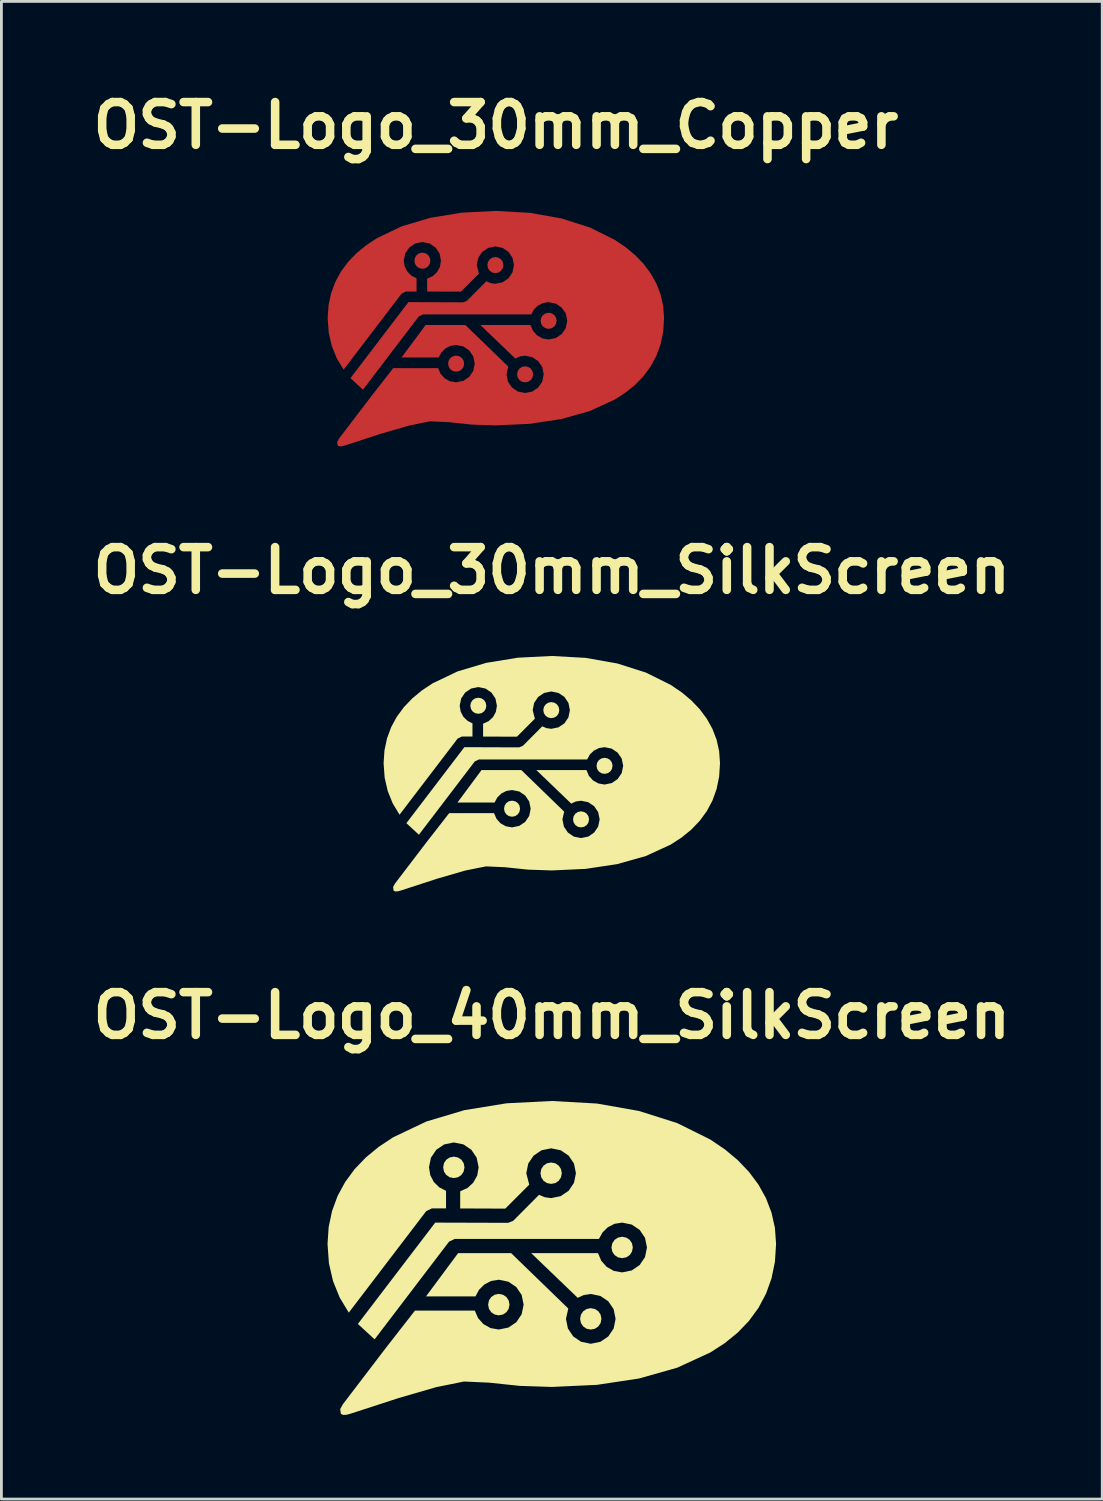
<source format=kicad_pcb>
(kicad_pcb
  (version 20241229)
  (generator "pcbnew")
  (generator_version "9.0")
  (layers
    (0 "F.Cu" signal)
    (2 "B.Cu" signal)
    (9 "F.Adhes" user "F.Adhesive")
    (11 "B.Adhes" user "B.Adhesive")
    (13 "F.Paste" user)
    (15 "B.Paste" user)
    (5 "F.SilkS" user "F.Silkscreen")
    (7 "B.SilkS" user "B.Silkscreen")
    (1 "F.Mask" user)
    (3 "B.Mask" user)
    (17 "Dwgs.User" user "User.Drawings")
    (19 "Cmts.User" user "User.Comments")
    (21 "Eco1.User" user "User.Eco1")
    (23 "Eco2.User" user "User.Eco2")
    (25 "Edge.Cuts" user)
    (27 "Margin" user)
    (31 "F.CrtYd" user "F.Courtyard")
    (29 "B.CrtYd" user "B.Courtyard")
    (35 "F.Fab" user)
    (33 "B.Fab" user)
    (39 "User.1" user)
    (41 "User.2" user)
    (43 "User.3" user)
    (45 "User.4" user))
  (footprint "OST-Logo_40mm_SilkScreen"
    (layer "F.Cu")
    (at 16.633 41.823)
    (property "Reference" "OST-Logo_40mm_SilkScreen" (at 0 -8.648 0) (layer "F.SilkS") (effects (font (size 1.524 1.524) (thickness 0.305))))
    (attr exclude_from_pos_files exclude_from_bom)
    (fp_poly (pts (xy -3.495 -3.615) (xy -3.644 -3.585) (xy -3.765 -3.504) (xy -3.846 -3.383) (xy -3.875 -3.233) (xy -3.846 -3.083) (xy -3.765 -2.962) (xy -3.644 -2.88) (xy -3.495 -2.851) (xy -3.345 -2.88) (xy -3.225 -2.962) (xy -3.144 -3.083) (xy -3.114 -3.233) (xy -3.144 -3.383) (xy -3.225 -3.504) (xy -3.345 -3.585) (xy -3.495 -3.615)) (stroke (width 0) (type solid)) (fill yes) (layer "F.SilkS"))
    (fp_poly (pts (xy -1.891 1.281) (xy -2.04 1.311) (xy -2.161 1.392) (xy -2.242 1.514) (xy -2.271 1.664) (xy -2.242 1.814) (xy -2.161 1.935) (xy -2.04 2.016) (xy -1.891 2.046) (xy -1.741 2.016) (xy -1.62 1.935) (xy -1.539 1.814) (xy -1.509 1.664) (xy -1.539 1.514) (xy -1.62 1.392) (xy -1.741 1.311) (xy -1.891 1.281)) (stroke (width 0) (type solid)) (fill yes) (layer "F.SilkS"))
    (fp_poly (pts (xy -0.024 -3.406) (xy -0.173 -3.377) (xy -0.294 -3.295) (xy -0.375 -3.174) (xy -0.404 -3.024) (xy -0.375 -2.875) (xy -0.294 -2.754) (xy -0.173 -2.672) (xy -0.024 -2.643) (xy 0.126 -2.672) (xy 0.246 -2.754) (xy 0.327 -2.875) (xy 0.357 -3.024) (xy 0.327 -3.174) (xy 0.246 -3.295) (xy 0.126 -3.377) (xy -0.024 -3.406)) (stroke (width 0) (type solid)) (fill yes) (layer "F.SilkS"))
    (fp_poly (pts (xy 1.39 1.79) (xy 1.24 1.82) (xy 1.12 1.901) (xy 1.039 2.022) (xy 1.01 2.172) (xy 1.039 2.321) (xy 1.12 2.442) (xy 1.24 2.523) (xy 1.39 2.553) (xy 1.539 2.523) (xy 1.66 2.442) (xy 1.741 2.321) (xy 1.77 2.172) (xy 1.741 2.022) (xy 1.66 1.901) (xy 1.539 1.82) (xy 1.39 1.79)) (stroke (width 0) (type solid)) (fill yes) (layer "F.SilkS"))
    (fp_poly (pts (xy 2.509 -0.757) (xy 2.359 -0.727) (xy 2.239 -0.646) (xy 2.158 -0.525) (xy 2.128 -0.375) (xy 2.158 -0.225) (xy 2.239 -0.104) (xy 2.359 -0.023) (xy 2.509 0.006) (xy 2.658 -0.023) (xy 2.779 -0.104) (xy 2.86 -0.225) (xy 2.889 -0.375) (xy 2.86 -0.525) (xy 2.779 -0.646) (xy 2.658 -0.727) (xy 2.509 -0.757)) (stroke (width 0) (type solid)) (fill yes) (layer "F.SilkS"))
    (fp_poly (pts (xy -0.000128 -5.6) (xy -1.612 -5.518) (xy -3.114 -5.274) (xy -4.473 -4.869) (xy -5.657 -4.306) (xy -6.173 -3.965) (xy -6.634 -3.585) (xy -7.035 -3.167) (xy -7.371 -2.709) (xy -7.64 -2.214) (xy -7.837 -1.68) (xy -7.959 -1.109) (xy -8 -0.5) (xy -7.95 0.19) (xy -7.803 0.827) (xy -7.565 1.413) (xy -7.242 1.949) (xy -4.479 -1.672) (xy -4.28 -1.768) (xy -3.773 -1.768) (xy -3.773 -2.394) (xy -4.016 -2.521) (xy -4.209 -2.712) (xy -4.335 -2.955) (xy -4.381 -3.233) (xy -4.311 -3.578) (xy -4.12 -3.86) (xy -3.838 -4.051) (xy -3.495 -4.121) (xy -3.151 -4.051) (xy -2.87 -3.86) (xy -2.68 -3.578) (xy -2.61 -3.233) (xy -2.66 -2.942) (xy -2.798 -2.691) (xy -3.006 -2.497) (xy -3.268 -2.378) (xy -3.268 -1.767) (xy -1.659 -1.761) (xy -0.805 -2.616) (xy -0.91 -3.024) (xy -0.84 -3.369) (xy -0.649 -3.651) (xy -0.367 -3.842) (xy -0.024 -3.912) (xy 0.319 -3.842) (xy 0.601 -3.651) (xy 0.791 -3.369) (xy 0.861 -3.024) (xy 0.791 -2.68) (xy 0.601 -2.397) (xy 0.319 -2.206) (xy -0.024 -2.136) (xy -0.25 -2.167) (xy -0.454 -2.254) (xy -1.376 -1.327) (xy -1.555 -1.254) (xy -4.158 -1.262) (xy -6.917 2.352) (xy -6.321 2.902) (xy -3.665 -0.583) (xy -3.465 -0.679) (xy 1.681 -0.679) (xy 1.81 -0.913) (xy 1.999 -1.097) (xy 2.237 -1.219) (xy 2.509 -1.262) (xy 2.852 -1.192) (xy 3.134 -1.002) (xy 3.325 -0.719) (xy 3.395 -0.375) (xy 3.325 -0.031) (xy 3.134 0.252) (xy 2.852 0.444) (xy 2.509 0.514) (xy 2.212 0.462) (xy 1.958 0.317) (xy 1.764 0.1) (xy 1.649 -0.173) (xy -0.735 -0.173) (xy 0.924 1.421) (xy 1.143 1.321) (xy 1.39 1.284) (xy 1.733 1.354) (xy 2.015 1.545) (xy 2.206 1.827) (xy 2.276 2.172) (xy 2.206 2.516) (xy 2.015 2.799) (xy 1.733 2.99) (xy 1.39 3.06) (xy 1.047 2.99) (xy 0.765 2.799) (xy 0.575 2.516) (xy 0.505 2.172) (xy 0.588 1.803) (xy -1.45 -0.173) (xy -3.342 -0.173) (xy -4.487 1.37) (xy -2.722 1.37) (xy -2.594 1.132) (xy -2.404 0.944) (xy -2.165 0.82) (xy -1.891 0.775) (xy -1.548 0.846) (xy -1.266 1.037) (xy -1.075 1.32) (xy -1.005 1.664) (xy -1.075 2.008) (xy -1.266 2.291) (xy -1.548 2.482) (xy -1.891 2.552) (xy -2.186 2.5) (xy -2.438 2.359) (xy -2.631 2.144) (xy -2.747 1.876) (xy -4.881 1.876) (xy -5.909 3.194) (xy -7.457 5.223) (xy -7.548 5.39) (xy -7.524 5.561) (xy -7.432 5.6) (xy -7.312 5.591) (xy -7.163 5.549) (xy -5.468 4.997) (xy -4.123 4.607) (xy -3.133 4.407) (xy -2.235 4.447) (xy -1.143 4.562) (xy -0.000088 4.6) (xy 1.612 4.525) (xy 3.114 4.298) (xy 4.473 3.914) (xy 5.657 3.369) (xy 6.173 3.035) (xy 6.634 2.66) (xy 7.034 2.242) (xy 7.371 1.781) (xy 7.64 1.277) (xy 7.837 0.729) (xy 7.959 0.137) (xy 8 -0.5) (xy 7.959 -1.073) (xy 7.837 -1.618) (xy 7.64 -2.133) (xy 7.371 -2.618) (xy 7.034 -3.07) (xy 6.634 -3.489) (xy 6.173 -3.875) (xy 5.657 -4.224) (xy 4.473 -4.812) (xy 3.114 -5.243) (xy 1.612 -5.509) (xy -0.000088 -5.6) (xy -0.000128 -5.6)) (stroke (width 0) (type solid)) (fill yes) (layer "F.SilkS")))
  (footprint "OST-Logo_30mm_Copper"
    (layer "F.Cu")
    (at 14.638 8.674)
    (property "Reference" "OST-Logo_30mm_Copper" (at 0 -7.248 0) (layer "F.SilkS") (effects (font (size 1.524 1.524) (thickness 0.305))))
    (attr exclude_from_pos_files exclude_from_bom)
    (fp_poly (pts (xy -2.621 -2.711) (xy -2.733 -2.689) (xy -2.824 -2.628) (xy -2.884 -2.537) (xy -2.907 -2.425) (xy -2.884 -2.312) (xy -2.824 -2.221) (xy -2.733 -2.16) (xy -2.621 -2.138) (xy -2.509 -2.16) (xy -2.418 -2.221) (xy -2.358 -2.312) (xy -2.336 -2.425) (xy -2.358 -2.537) (xy -2.418 -2.628) (xy -2.509 -2.689) (xy -2.621 -2.711)) (stroke (width 0) (type solid)) (fill yes) (layer "F.Cu"))
    (fp_poly (pts (xy -1.418 0.961) (xy -1.53 0.983) (xy -1.621 1.044) (xy -1.681 1.135) (xy -1.704 1.248) (xy -1.681 1.36) (xy -1.621 1.451) (xy -1.53 1.512) (xy -1.418 1.534) (xy -1.306 1.512) (xy -1.215 1.451) (xy -1.154 1.36) (xy -1.132 1.248) (xy -1.154 1.135) (xy -1.215 1.044) (xy -1.306 0.983) (xy -1.418 0.961)) (stroke (width 0) (type solid)) (fill yes) (layer "F.Cu"))
    (fp_poly (pts (xy -0.018 -2.555) (xy -0.13 -2.532) (xy -0.22 -2.472) (xy -0.281 -2.381) (xy -0.303 -2.268) (xy -0.281 -2.156) (xy -0.22 -2.065) (xy -0.13 -2.004) (xy -0.018 -1.982) (xy 0.094 -2.004) (xy 0.185 -2.065) (xy 0.245 -2.156) (xy 0.267 -2.268) (xy 0.245 -2.381) (xy 0.185 -2.472) (xy 0.094 -2.532) (xy -0.018 -2.555)) (stroke (width 0) (type solid)) (fill yes) (layer "F.Cu"))
    (fp_poly (pts (xy 1.042 1.342) (xy 0.93 1.365) (xy 0.84 1.425) (xy 0.779 1.516) (xy 0.757 1.629) (xy 0.779 1.741) (xy 0.84 1.832) (xy 0.93 1.893) (xy 1.042 1.915) (xy 1.154 1.893) (xy 1.245 1.832) (xy 1.306 1.741) (xy 1.328 1.629) (xy 1.306 1.516) (xy 1.245 1.425) (xy 1.154 1.365) (xy 1.042 1.342)) (stroke (width 0) (type solid)) (fill yes) (layer "F.Cu"))
    (fp_poly (pts (xy 1.881 -0.567) (xy 1.769 -0.545) (xy 1.679 -0.485) (xy 1.618 -0.394) (xy 1.596 -0.281) (xy 1.618 -0.169) (xy 1.679 -0.078) (xy 1.769 -0.017) (xy 1.881 0.005) (xy 1.993 -0.017) (xy 2.084 -0.078) (xy 2.145 -0.169) (xy 2.167 -0.281) (xy 2.145 -0.394) (xy 2.084 -0.485) (xy 1.993 -0.545) (xy 1.881 -0.567)) (stroke (width 0) (type solid)) (fill yes) (layer "F.Cu"))
    (fp_poly (pts (xy -0.000096 -4.2) (xy -1.209 -4.139) (xy -2.336 -3.955) (xy -3.355 -3.652) (xy -4.243 -3.229) (xy -4.63 -2.974) (xy -4.975 -2.689) (xy -5.276 -2.375) (xy -5.529 -2.032) (xy -5.73 -1.661) (xy -5.878 -1.26) (xy -5.969 -0.832) (xy -6 -0.375) (xy -5.962 0.142) (xy -5.852 0.62) (xy -5.674 1.06) (xy -5.431 1.462) (xy -3.359 -1.254) (xy -3.21 -1.326) (xy -2.83 -1.326) (xy -2.83 -1.796) (xy -3.012 -1.891) (xy -3.156 -2.034) (xy -3.251 -2.216) (xy -3.286 -2.425) (xy -3.233 -2.683) (xy -3.09 -2.895) (xy -2.879 -3.038) (xy -2.621 -3.091) (xy -2.364 -3.038) (xy -2.153 -2.895) (xy -2.01 -2.683) (xy -1.958 -2.425) (xy -1.995 -2.206) (xy -2.098 -2.018) (xy -2.255 -1.873) (xy -2.451 -1.784) (xy -2.451 -1.325) (xy -1.244 -1.321) (xy -0.604 -1.962) (xy -0.682 -2.268) (xy -0.63 -2.527) (xy -0.487 -2.738) (xy -0.275 -2.881) (xy -0.018 -2.934) (xy 0.24 -2.881) (xy 0.451 -2.738) (xy 0.593 -2.527) (xy 0.646 -2.268) (xy 0.593 -2.01) (xy 0.451 -1.798) (xy 0.24 -1.655) (xy -0.018 -1.602) (xy -0.187 -1.626) (xy -0.341 -1.69) (xy -1.032 -0.995) (xy -1.166 -0.94) (xy -3.119 -0.947) (xy -5.187 1.764) (xy -4.741 2.176) (xy -2.749 -0.437) (xy -2.599 -0.509) (xy 1.261 -0.509) (xy 1.357 -0.685) (xy 1.5 -0.823) (xy 1.678 -0.914) (xy 1.881 -0.947) (xy 2.139 -0.894) (xy 2.35 -0.751) (xy 2.494 -0.54) (xy 2.546 -0.281) (xy 2.494 -0.023) (xy 2.35 0.189) (xy 2.139 0.333) (xy 1.881 0.386) (xy 1.659 0.346) (xy 1.468 0.238) (xy 1.323 0.075) (xy 1.237 -0.13) (xy -0.551 -0.13) (xy 0.693 1.066) (xy 0.858 0.99) (xy 1.042 0.963) (xy 1.3 1.016) (xy 1.511 1.159) (xy 1.654 1.37) (xy 1.707 1.629) (xy 1.654 1.887) (xy 1.511 2.099) (xy 1.3 2.243) (xy 1.042 2.295) (xy 0.785 2.243) (xy 0.574 2.099) (xy 0.431 1.887) (xy 0.379 1.629) (xy 0.441 1.352) (xy -1.087 -0.13) (xy -2.507 -0.13) (xy -3.365 1.028) (xy -2.041 1.028) (xy -1.945 0.849) (xy -1.803 0.708) (xy -1.624 0.615) (xy -1.418 0.582) (xy -1.161 0.634) (xy -0.949 0.778) (xy -0.806 0.99) (xy -0.754 1.248) (xy -0.806 1.506) (xy -0.949 1.718) (xy -1.161 1.861) (xy -1.418 1.914) (xy -1.639 1.875) (xy -1.829 1.769) (xy -1.973 1.608) (xy -2.06 1.407) (xy -3.661 1.407) (xy -4.432 2.396) (xy -5.593 3.917) (xy -5.661 4.042) (xy -5.643 4.171) (xy -5.574 4.2) (xy -5.484 4.193) (xy -5.372 4.162) (xy -4.101 3.748) (xy -3.092 3.455) (xy -2.349 3.305) (xy -1.676 3.335) (xy -0.857 3.421) (xy -0.000066 3.45) (xy 1.209 3.394) (xy 2.335 3.224) (xy 3.355 2.936) (xy 4.243 2.527) (xy 4.63 2.276) (xy 4.975 1.995) (xy 5.276 1.681) (xy 5.528 1.336) (xy 5.73 0.958) (xy 5.878 0.547) (xy 5.969 0.103) (xy 6 -0.375) (xy 5.969 -0.805) (xy 5.878 -1.214) (xy 5.73 -1.6) (xy 5.528 -1.963) (xy 5.276 -2.303) (xy 4.975 -2.617) (xy 4.63 -2.906) (xy 4.243 -3.168) (xy 3.355 -3.609) (xy 2.335 -3.933) (xy 1.209 -4.132) (xy -0.000066 -4.2) (xy -0.000096 -4.2)) (stroke (width 0) (type solid)) (fill yes) (layer "F.Cu")))
  (footprint "OST-Logo_30mm_SilkScreen"
    (layer "F.Cu")
    (at 16.633 24.549)
    (property "Reference" "OST-Logo_30mm_SilkScreen" (at 0 -7.248 0) (layer "F.SilkS") (effects (font (size 1.524 1.524) (thickness 0.305))))
    (attr exclude_from_pos_files exclude_from_bom)
    (fp_poly (pts (xy -2.621 -2.711) (xy -2.733 -2.689) (xy -2.824 -2.628) (xy -2.884 -2.537) (xy -2.907 -2.425) (xy -2.884 -2.312) (xy -2.824 -2.221) (xy -2.733 -2.16) (xy -2.621 -2.138) (xy -2.509 -2.16) (xy -2.418 -2.221) (xy -2.358 -2.312) (xy -2.336 -2.425) (xy -2.358 -2.537) (xy -2.418 -2.628) (xy -2.509 -2.689) (xy -2.621 -2.711)) (stroke (width 0) (type solid)) (fill yes) (layer "F.SilkS"))
    (fp_poly (pts (xy -1.418 0.961) (xy -1.53 0.983) (xy -1.621 1.044) (xy -1.681 1.135) (xy -1.704 1.248) (xy -1.681 1.36) (xy -1.621 1.451) (xy -1.53 1.512) (xy -1.418 1.534) (xy -1.306 1.512) (xy -1.215 1.451) (xy -1.154 1.36) (xy -1.132 1.248) (xy -1.154 1.135) (xy -1.215 1.044) (xy -1.306 0.983) (xy -1.418 0.961)) (stroke (width 0) (type solid)) (fill yes) (layer "F.SilkS"))
    (fp_poly (pts (xy -0.018 -2.555) (xy -0.13 -2.532) (xy -0.22 -2.472) (xy -0.281 -2.381) (xy -0.303 -2.268) (xy -0.281 -2.156) (xy -0.22 -2.065) (xy -0.13 -2.004) (xy -0.018 -1.982) (xy 0.094 -2.004) (xy 0.185 -2.065) (xy 0.245 -2.156) (xy 0.267 -2.268) (xy 0.245 -2.381) (xy 0.185 -2.472) (xy 0.094 -2.532) (xy -0.018 -2.555)) (stroke (width 0) (type solid)) (fill yes) (layer "F.SilkS"))
    (fp_poly (pts (xy 1.042 1.342) (xy 0.93 1.365) (xy 0.84 1.425) (xy 0.779 1.516) (xy 0.757 1.629) (xy 0.779 1.741) (xy 0.84 1.832) (xy 0.93 1.893) (xy 1.042 1.915) (xy 1.154 1.893) (xy 1.245 1.832) (xy 1.306 1.741) (xy 1.328 1.629) (xy 1.306 1.516) (xy 1.245 1.425) (xy 1.154 1.365) (xy 1.042 1.342)) (stroke (width 0) (type solid)) (fill yes) (layer "F.SilkS"))
    (fp_poly (pts (xy 1.881 -0.567) (xy 1.769 -0.545) (xy 1.679 -0.485) (xy 1.618 -0.394) (xy 1.596 -0.281) (xy 1.618 -0.169) (xy 1.679 -0.078) (xy 1.769 -0.017) (xy 1.881 0.005) (xy 1.993 -0.017) (xy 2.084 -0.078) (xy 2.145 -0.169) (xy 2.167 -0.281) (xy 2.145 -0.394) (xy 2.084 -0.485) (xy 1.993 -0.545) (xy 1.881 -0.567)) (stroke (width 0) (type solid)) (fill yes) (layer "F.SilkS"))
    (fp_poly (pts (xy -0.000096 -4.2) (xy -1.209 -4.139) (xy -2.336 -3.955) (xy -3.355 -3.652) (xy -4.243 -3.229) (xy -4.63 -2.974) (xy -4.975 -2.689) (xy -5.276 -2.375) (xy -5.529 -2.032) (xy -5.73 -1.661) (xy -5.878 -1.26) (xy -5.969 -0.832) (xy -6 -0.375) (xy -5.962 0.142) (xy -5.852 0.62) (xy -5.674 1.06) (xy -5.431 1.462) (xy -3.359 -1.254) (xy -3.21 -1.326) (xy -2.83 -1.326) (xy -2.83 -1.796) (xy -3.012 -1.891) (xy -3.156 -2.034) (xy -3.251 -2.216) (xy -3.286 -2.425) (xy -3.233 -2.683) (xy -3.09 -2.895) (xy -2.879 -3.038) (xy -2.621 -3.091) (xy -2.364 -3.038) (xy -2.153 -2.895) (xy -2.01 -2.683) (xy -1.958 -2.425) (xy -1.995 -2.206) (xy -2.098 -2.018) (xy -2.255 -1.873) (xy -2.451 -1.784) (xy -2.451 -1.325) (xy -1.244 -1.321) (xy -0.604 -1.962) (xy -0.682 -2.268) (xy -0.63 -2.527) (xy -0.487 -2.738) (xy -0.275 -2.881) (xy -0.018 -2.934) (xy 0.24 -2.881) (xy 0.451 -2.738) (xy 0.593 -2.527) (xy 0.646 -2.268) (xy 0.593 -2.01) (xy 0.451 -1.798) (xy 0.24 -1.655) (xy -0.018 -1.602) (xy -0.187 -1.626) (xy -0.341 -1.69) (xy -1.032 -0.995) (xy -1.166 -0.94) (xy -3.119 -0.947) (xy -5.187 1.764) (xy -4.741 2.176) (xy -2.749 -0.437) (xy -2.599 -0.509) (xy 1.261 -0.509) (xy 1.357 -0.685) (xy 1.5 -0.823) (xy 1.678 -0.914) (xy 1.881 -0.947) (xy 2.139 -0.894) (xy 2.35 -0.751) (xy 2.494 -0.54) (xy 2.546 -0.281) (xy 2.494 -0.023) (xy 2.35 0.189) (xy 2.139 0.333) (xy 1.881 0.386) (xy 1.659 0.346) (xy 1.468 0.238) (xy 1.323 0.075) (xy 1.237 -0.13) (xy -0.551 -0.13) (xy 0.693 1.066) (xy 0.858 0.99) (xy 1.042 0.963) (xy 1.3 1.016) (xy 1.511 1.159) (xy 1.654 1.37) (xy 1.707 1.629) (xy 1.654 1.887) (xy 1.511 2.099) (xy 1.3 2.243) (xy 1.042 2.295) (xy 0.785 2.243) (xy 0.574 2.099) (xy 0.431 1.887) (xy 0.379 1.629) (xy 0.441 1.352) (xy -1.087 -0.13) (xy -2.507 -0.13) (xy -3.365 1.028) (xy -2.041 1.028) (xy -1.945 0.849) (xy -1.803 0.708) (xy -1.624 0.615) (xy -1.418 0.582) (xy -1.161 0.634) (xy -0.949 0.778) (xy -0.806 0.99) (xy -0.754 1.248) (xy -0.806 1.506) (xy -0.949 1.718) (xy -1.161 1.861) (xy -1.418 1.914) (xy -1.639 1.875) (xy -1.829 1.769) (xy -1.973 1.608) (xy -2.06 1.407) (xy -3.661 1.407) (xy -4.432 2.396) (xy -5.593 3.917) (xy -5.661 4.042) (xy -5.643 4.171) (xy -5.574 4.2) (xy -5.484 4.193) (xy -5.372 4.162) (xy -4.101 3.748) (xy -3.092 3.455) (xy -2.349 3.305) (xy -1.676 3.335) (xy -0.857 3.421) (xy -0.000066 3.45) (xy 1.209 3.394) (xy 2.335 3.224) (xy 3.355 2.936) (xy 4.243 2.527) (xy 4.63 2.276) (xy 4.975 1.995) (xy 5.276 1.681) (xy 5.528 1.336) (xy 5.73 0.958) (xy 5.878 0.547) (xy 5.969 0.103) (xy 6 -0.375) (xy 5.969 -0.805) (xy 5.878 -1.214) (xy 5.73 -1.6) (xy 5.528 -1.963) (xy 5.276 -2.303) (xy 4.975 -2.617) (xy 4.63 -2.906) (xy 4.243 -3.168) (xy 3.355 -3.609) (xy 2.335 -3.933) (xy 1.209 -4.132) (xy -0.000066 -4.2) (xy -0.000096 -4.2)) (stroke (width 0) (type solid)) (fill yes) (layer "F.SilkS")))
  (gr_rect
    (start -3 -3)
    (end 36.267 50.423)
    (stroke (width 0.1) (type default))
    (fill no)
    (layer "Edge.Cuts")))
</source>
